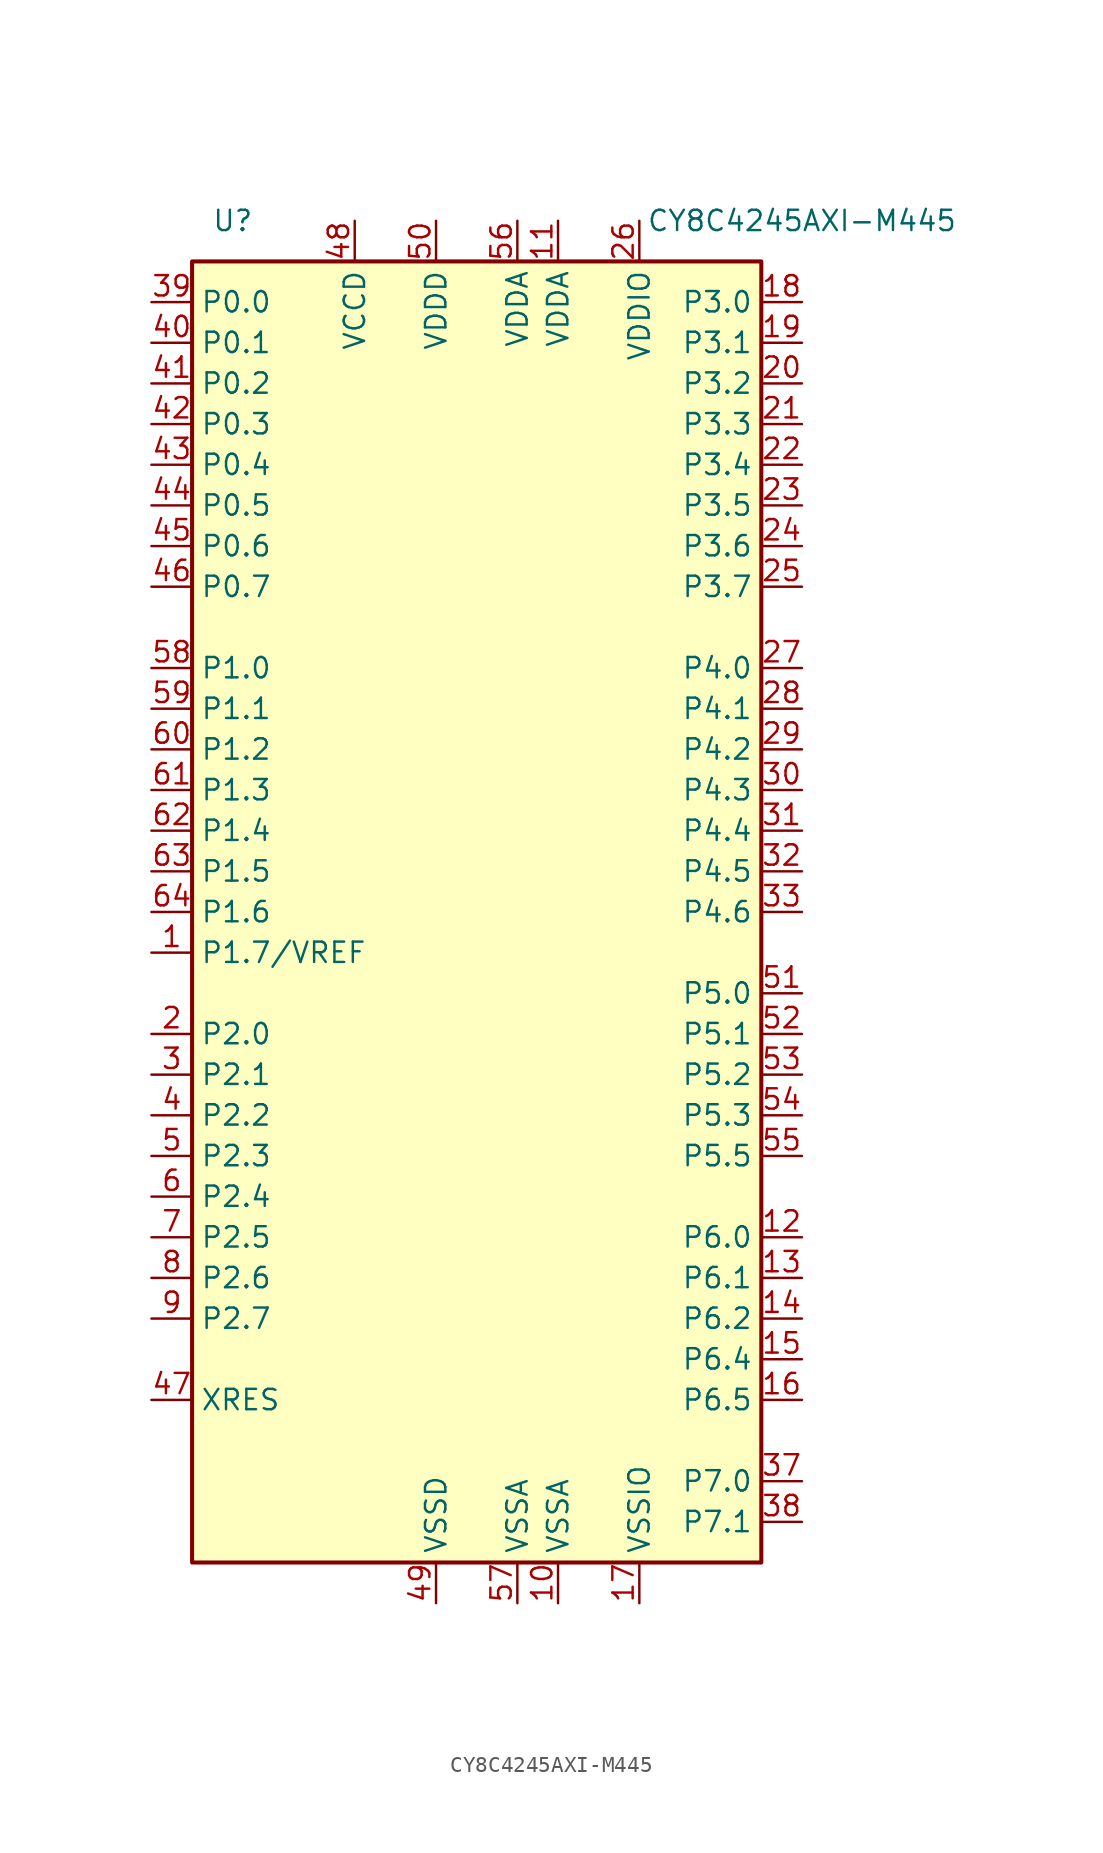
<source format=kicad_sym>
(kicad_symbol_lib
  (version 20211014)
  (generator kicad_symbol_editor)
  (symbol "CY8C4245AXI-M445"
    (property "Reference" "U"
      (at -15.24 43.18 0)
      (effects (font (size 1.27 1.27))))
    (property "Value" "CY8C4245AXI-M445"
      (at 20.32 43.18 0)
      (effects (font (size 1.27 1.27))))
    (symbol "CY8C4245AXI-M445_0_1"
      (rectangle (start -17.78 40.64) (end 17.78 -40.64) (stroke (width 0.254) (type default) (color 0 0 0 0)) (fill (type background))))
    (symbol "CY8C4245AXI-M445_1_1"
      (pin bidirectional line (at -20.32 -2.54 0) (length 2.54) (name "P1.7/VREF" (effects (font (size 1.27 1.27)))) (number "1" (effects (font (size 1.27 1.27)))))
      (pin power_in line (at 5.08 -43.18 90) (length 2.54) (name "VSSA" (effects (font (size 1.27 1.27)))) (number "10" (effects (font (size 1.27 1.27)))))
      (pin power_in line (at 5.08 43.18 270) (length 2.54) (name "VDDA" (effects (font (size 1.27 1.27)))) (number "11" (effects (font (size 1.27 1.27)))))
      (pin bidirectional line (at 20.32 -20.32 180) (length 2.54) (name "P6.0" (effects (font (size 1.27 1.27)))) (number "12" (effects (font (size 1.27 1.27)))))
      (pin bidirectional line (at 20.32 -22.86 180) (length 2.54) (name "P6.1" (effects (font (size 1.27 1.27)))) (number "13" (effects (font (size 1.27 1.27)))))
      (pin bidirectional line (at 20.32 -25.4 180) (length 2.54) (name "P6.2" (effects (font (size 1.27 1.27)))) (number "14" (effects (font (size 1.27 1.27)))))
      (pin bidirectional line (at 20.32 -27.94 180) (length 2.54) (name "P6.4" (effects (font (size 1.27 1.27)))) (number "15" (effects (font (size 1.27 1.27)))))
      (pin bidirectional line (at 20.32 -30.48 180) (length 2.54) (name "P6.5" (effects (font (size 1.27 1.27)))) (number "16" (effects (font (size 1.27 1.27)))))
      (pin power_in line (at 10.16 -43.18 90) (length 2.54) (name "VSSIO" (effects (font (size 1.27 1.27)))) (number "17" (effects (font (size 1.27 1.27)))))
      (pin bidirectional line (at 20.32 38.1 180) (length 2.54) (name "P3.0" (effects (font (size 1.27 1.27)))) (number "18" (effects (font (size 1.27 1.27)))))
      (pin bidirectional line (at 20.32 35.56 180) (length 2.54) (name "P3.1" (effects (font (size 1.27 1.27)))) (number "19" (effects (font (size 1.27 1.27)))))
      (pin bidirectional line (at -20.32 -7.62 0) (length 2.54) (name "P2.0" (effects (font (size 1.27 1.27)))) (number "2" (effects (font (size 1.27 1.27)))))
      (pin bidirectional line (at 20.32 33.02 180) (length 2.54) (name "P3.2" (effects (font (size 1.27 1.27)))) (number "20" (effects (font (size 1.27 1.27)))))
      (pin bidirectional line (at 20.32 30.48 180) (length 2.54) (name "P3.3" (effects (font (size 1.27 1.27)))) (number "21" (effects (font (size 1.27 1.27)))))
      (pin bidirectional line (at 20.32 27.94 180) (length 2.54) (name "P3.4" (effects (font (size 1.27 1.27)))) (number "22" (effects (font (size 1.27 1.27)))))
      (pin bidirectional line (at 20.32 25.4 180) (length 2.54) (name "P3.5" (effects (font (size 1.27 1.27)))) (number "23" (effects (font (size 1.27 1.27)))))
      (pin bidirectional line (at 20.32 22.86 180) (length 2.54) (name "P3.6" (effects (font (size 1.27 1.27)))) (number "24" (effects (font (size 1.27 1.27)))))
      (pin bidirectional line (at 20.32 20.32 180) (length 2.54) (name "P3.7" (effects (font (size 1.27 1.27)))) (number "25" (effects (font (size 1.27 1.27)))))
      (pin power_in line (at 10.16 43.18 270) (length 2.54) (name "VDDIO" (effects (font (size 1.27 1.27)))) (number "26" (effects (font (size 1.27 1.27)))))
      (pin bidirectional line (at 20.32 15.24 180) (length 2.54) (name "P4.0" (effects (font (size 1.27 1.27)))) (number "27" (effects (font (size 1.27 1.27)))))
      (pin bidirectional line (at 20.32 12.7 180) (length 2.54) (name "P4.1" (effects (font (size 1.27 1.27)))) (number "28" (effects (font (size 1.27 1.27)))))
      (pin bidirectional line (at 20.32 10.16 180) (length 2.54) (name "P4.2" (effects (font (size 1.27 1.27)))) (number "29" (effects (font (size 1.27 1.27)))))
      (pin bidirectional line (at -20.32 -10.16 0) (length 2.54) (name "P2.1" (effects (font (size 1.27 1.27)))) (number "3" (effects (font (size 1.27 1.27)))))
      (pin bidirectional line (at 20.32 7.62 180) (length 2.54) (name "P4.3" (effects (font (size 1.27 1.27)))) (number "30" (effects (font (size 1.27 1.27)))))
      (pin bidirectional line (at 20.32 5.08 180) (length 2.54) (name "P4.4" (effects (font (size 1.27 1.27)))) (number "31" (effects (font (size 1.27 1.27)))))
      (pin bidirectional line (at 20.32 2.54 180) (length 2.54) (name "P4.5" (effects (font (size 1.27 1.27)))) (number "32" (effects (font (size 1.27 1.27)))))
      (pin bidirectional line (at 20.32 0 180) (length 2.54) (name "P4.6" (effects (font (size 1.27 1.27)))) (number "33" (effects (font (size 1.27 1.27)))))
      (pin bidirectional line (at 20.32 -35.56 180) (length 2.54) (name "P7.0" (effects (font (size 1.27 1.27)))) (number "37" (effects (font (size 1.27 1.27)))))
      (pin bidirectional line (at 20.32 -38.1 180) (length 2.54) (name "P7.1" (effects (font (size 1.27 1.27)))) (number "38" (effects (font (size 1.27 1.27)))))
      (pin bidirectional line (at -20.32 38.1 0) (length 2.54) (name "P0.0" (effects (font (size 1.27 1.27)))) (number "39" (effects (font (size 1.27 1.27)))))
      (pin bidirectional line (at -20.32 -12.7 0) (length 2.54) (name "P2.2" (effects (font (size 1.27 1.27)))) (number "4" (effects (font (size 1.27 1.27)))))
      (pin bidirectional line (at -20.32 35.56 0) (length 2.54) (name "P0.1" (effects (font (size 1.27 1.27)))) (number "40" (effects (font (size 1.27 1.27)))))
      (pin bidirectional line (at -20.32 33.02 0) (length 2.54) (name "P0.2" (effects (font (size 1.27 1.27)))) (number "41" (effects (font (size 1.27 1.27)))))
      (pin bidirectional line (at -20.32 30.48 0) (length 2.54) (name "P0.3" (effects (font (size 1.27 1.27)))) (number "42" (effects (font (size 1.27 1.27)))))
      (pin bidirectional line (at -20.32 27.94 0) (length 2.54) (name "P0.4" (effects (font (size 1.27 1.27)))) (number "43" (effects (font (size 1.27 1.27)))))
      (pin bidirectional line (at -20.32 25.4 0) (length 2.54) (name "P0.5" (effects (font (size 1.27 1.27)))) (number "44" (effects (font (size 1.27 1.27)))))
      (pin bidirectional line (at -20.32 22.86 0) (length 2.54) (name "P0.6" (effects (font (size 1.27 1.27)))) (number "45" (effects (font (size 1.27 1.27)))))
      (pin bidirectional line (at -20.32 20.32 0) (length 2.54) (name "P0.7" (effects (font (size 1.27 1.27)))) (number "46" (effects (font (size 1.27 1.27)))))
      (pin input line (at -20.32 -30.48 0) (length 2.54) (name "XRES" (effects (font (size 1.27 1.27)))) (number "47" (effects (font (size 1.27 1.27)))))
      (pin power_out line (at -7.62 43.18 270) (length 2.54) (name "VCCD" (effects (font (size 1.27 1.27)))) (number "48" (effects (font (size 1.27 1.27)))))
      (pin power_in line (at -2.54 -43.18 90) (length 2.54) (name "VSSD" (effects (font (size 1.27 1.27)))) (number "49" (effects (font (size 1.27 1.27)))))
      (pin bidirectional line (at -20.32 -15.24 0) (length 2.54) (name "P2.3" (effects (font (size 1.27 1.27)))) (number "5" (effects (font (size 1.27 1.27)))))
      (pin power_in line (at -2.54 43.18 270) (length 2.54) (name "VDDD" (effects (font (size 1.27 1.27)))) (number "50" (effects (font (size 1.27 1.27)))))
      (pin bidirectional line (at 20.32 -5.08 180) (length 2.54) (name "P5.0" (effects (font (size 1.27 1.27)))) (number "51" (effects (font (size 1.27 1.27)))))
      (pin bidirectional line (at 20.32 -7.62 180) (length 2.54) (name "P5.1" (effects (font (size 1.27 1.27)))) (number "52" (effects (font (size 1.27 1.27)))))
      (pin bidirectional line (at 20.32 -10.16 180) (length 2.54) (name "P5.2" (effects (font (size 1.27 1.27)))) (number "53" (effects (font (size 1.27 1.27)))))
      (pin bidirectional line (at 20.32 -12.7 180) (length 2.54) (name "P5.3" (effects (font (size 1.27 1.27)))) (number "54" (effects (font (size 1.27 1.27)))))
      (pin bidirectional line (at 20.32 -15.24 180) (length 2.54) (name "P5.5" (effects (font (size 1.27 1.27)))) (number "55" (effects (font (size 1.27 1.27)))))
      (pin power_in line (at 2.54 43.18 270) (length 2.54) (name "VDDA" (effects (font (size 1.27 1.27)))) (number "56" (effects (font (size 1.27 1.27)))))
      (pin power_in line (at 2.54 -43.18 90) (length 2.54) (name "VSSA" (effects (font (size 1.27 1.27)))) (number "57" (effects (font (size 1.27 1.27)))))
      (pin bidirectional line (at -20.32 15.24 0) (length 2.54) (name "P1.0" (effects (font (size 1.27 1.27)))) (number "58" (effects (font (size 1.27 1.27)))))
      (pin bidirectional line (at -20.32 12.7 0) (length 2.54) (name "P1.1" (effects (font (size 1.27 1.27)))) (number "59" (effects (font (size 1.27 1.27)))))
      (pin bidirectional line (at -20.32 -17.78 0) (length 2.54) (name "P2.4" (effects (font (size 1.27 1.27)))) (number "6" (effects (font (size 1.27 1.27)))))
      (pin bidirectional line (at -20.32 10.16 0) (length 2.54) (name "P1.2" (effects (font (size 1.27 1.27)))) (number "60" (effects (font (size 1.27 1.27)))))
      (pin bidirectional line (at -20.32 7.62 0) (length 2.54) (name "P1.3" (effects (font (size 1.27 1.27)))) (number "61" (effects (font (size 1.27 1.27)))))
      (pin bidirectional line (at -20.32 5.08 0) (length 2.54) (name "P1.4" (effects (font (size 1.27 1.27)))) (number "62" (effects (font (size 1.27 1.27)))))
      (pin bidirectional line (at -20.32 2.54 0) (length 2.54) (name "P1.5" (effects (font (size 1.27 1.27)))) (number "63" (effects (font (size 1.27 1.27)))))
      (pin bidirectional line (at -20.32 0 0) (length 2.54) (name "P1.6" (effects (font (size 1.27 1.27)))) (number "64" (effects (font (size 1.27 1.27)))))
      (pin bidirectional line (at -20.32 -20.32 0) (length 2.54) (name "P2.5" (effects (font (size 1.27 1.27)))) (number "7" (effects (font (size 1.27 1.27)))))
      (pin bidirectional line (at -20.32 -22.86 0) (length 2.54) (name "P2.6" (effects (font (size 1.27 1.27)))) (number "8" (effects (font (size 1.27 1.27)))))
      (pin bidirectional line (at -20.32 -25.4 0) (length 2.54) (name "P2.7" (effects (font (size 1.27 1.27)))) (number "9" (effects (font (size 1.27 1.27))))))))
</source>
